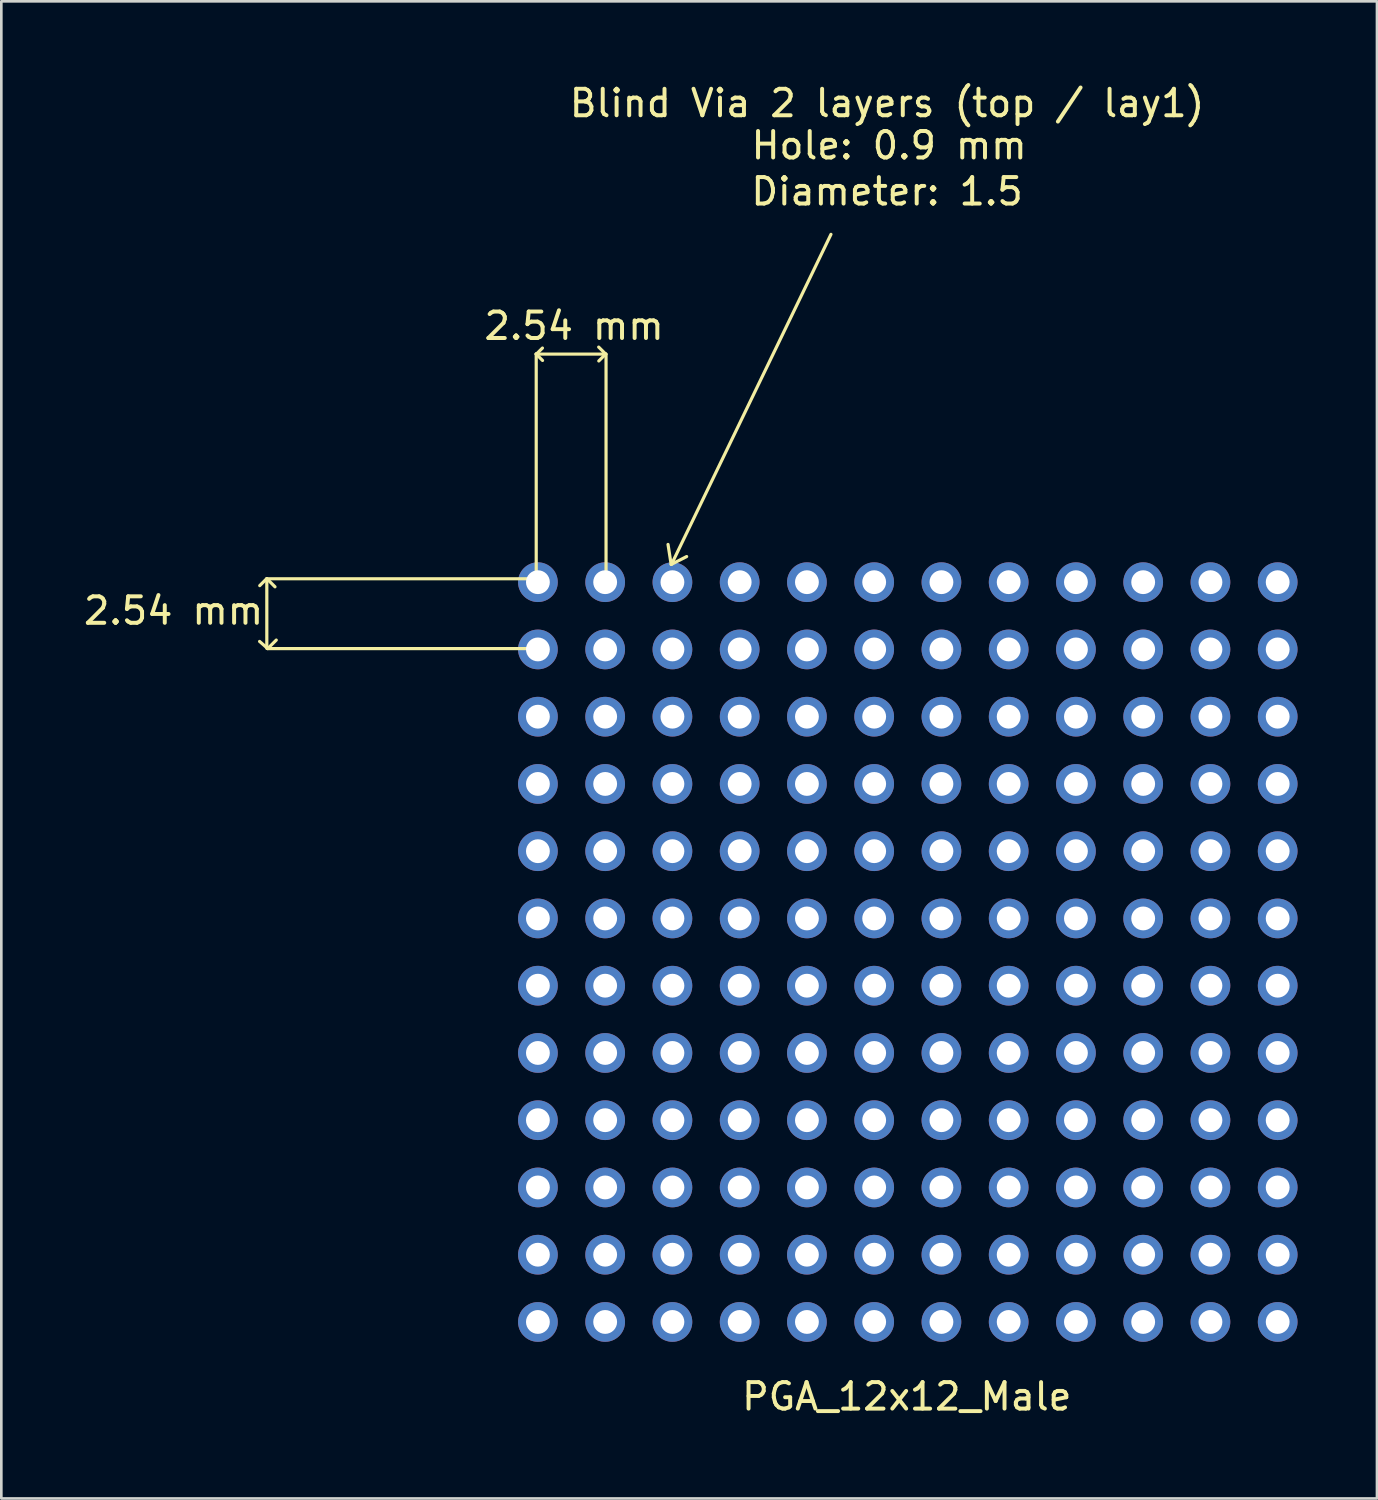
<source format=kicad_pcb>
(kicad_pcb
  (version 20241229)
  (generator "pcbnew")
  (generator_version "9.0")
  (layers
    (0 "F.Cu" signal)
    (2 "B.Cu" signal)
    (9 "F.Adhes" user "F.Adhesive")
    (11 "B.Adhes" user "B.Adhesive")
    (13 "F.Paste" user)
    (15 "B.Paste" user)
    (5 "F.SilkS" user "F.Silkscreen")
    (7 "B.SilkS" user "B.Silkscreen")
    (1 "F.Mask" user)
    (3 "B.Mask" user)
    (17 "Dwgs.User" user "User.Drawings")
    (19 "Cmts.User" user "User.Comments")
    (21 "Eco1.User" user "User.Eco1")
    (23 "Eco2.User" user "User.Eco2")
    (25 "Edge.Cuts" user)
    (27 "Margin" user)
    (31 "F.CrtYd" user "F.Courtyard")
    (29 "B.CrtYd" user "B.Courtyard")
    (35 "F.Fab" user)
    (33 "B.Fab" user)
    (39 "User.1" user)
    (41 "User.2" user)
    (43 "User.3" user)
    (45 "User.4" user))
  (footprint "PGA_12x12_Male"
    (layer "F.Cu")
    (at 17.266 18.938)
    (property "Reference" "PGA_12x12_Male" (at 13.932 30.757 0) (unlocked yes) (layer "F.SilkS") (effects (font (size 1 1) (thickness 0.15))))
    (attr smd)
    (fp_line (start -10.239 -0.137) (end -10.506 0.13) (stroke (width 0.12) (type solid)) (layer "F.SilkS"))
    (fp_line (start -10.239 2.501) (end -10.239 -0.101) (stroke (width 0.12) (type solid)) (layer "F.SilkS"))
    (fp_line (start -10.225 -0.12) (end -9.93 0.175) (stroke (width 0.12) (type solid)) (layer "F.SilkS"))
    (fp_line (start -10.22 2.493) (end -10.512 2.238) (stroke (width 0.12) (type solid)) (layer "F.SilkS"))
    (fp_line (start -10.205 2.509) (end -9.882 2.186) (stroke (width 0.12) (type solid)) (layer "F.SilkS"))
    (fp_line (start -0.072 -8.621) (end 0.175 -8.374) (stroke (width 0.12) (type solid)) (layer "F.SilkS"))
    (fp_line (start -0.064 -0.066) (end -0.064 -8.613) (stroke (width 0.12) (type solid)) (layer "F.SilkS"))
    (fp_line (start -0.06 -0.129) (end -10.249 -0.129) (stroke (width 0.12) (type solid)) (layer "F.SilkS"))
    (fp_line (start -0.058 -8.614) (end 0.171 -8.843) (stroke (width 0.12) (type solid)) (layer "F.SilkS"))
    (fp_line (start 0.098 2.508) (end -10.212 2.508) (stroke (width 0.12) (type solid)) (layer "F.SilkS"))
    (fp_line (start 2.552 -8.622) (end 2.295 -8.879) (stroke (width 0.12) (type solid)) (layer "F.SilkS"))
    (fp_line (start 2.563 -8.619) (end 2.299 -8.355) (stroke (width 0.12) (type solid)) (layer "F.SilkS"))
    (fp_line (start 2.573 -8.614) (end -0.063 -8.614) (stroke (width 0.12) (type solid)) (layer "F.SilkS"))
    (fp_line (start 2.573 -0.048) (end 2.573 -8.592) (stroke (width 0.12) (type solid)) (layer "F.SilkS"))
    (fp_line (start 4.914 -1.425) (end 5.031 -0.675) (stroke (width 0.12) (type solid)) (layer "F.SilkS"))
    (fp_line (start 5.031 -0.675) (end 5.043 -0.675) (stroke (width 0.12) (type solid)) (layer "F.SilkS"))
    (fp_line (start 5.043 -0.675) (end 5.617 -0.968) (stroke (width 0.12) (type solid)) (layer "F.SilkS"))
    (fp_line (start 5.077 -0.739) (end 11.068 -13.137) (stroke (width 0.12) (type solid)) (layer "F.SilkS"))
    (fp_text user "Blind Via 2 layers (top / lay1)" (at 13.186 -18.09 0) (unlocked yes) (layer "F.SilkS") (effects (font (size 1 1) (thickness 0.15))))
    (fp_text user "Diameter: 1.5" (at 13.187 -14.755 0) (unlocked yes) (layer "F.SilkS") (effects (font (size 1 1) (thickness 0.15))))
    (fp_text user "2.54 mm" (at -13.76 1.079 0) (unlocked yes) (layer "F.SilkS") (effects (font (size 1 1) (thickness 0.15))))
    (fp_text user "2.54 mm" (at 1.367 -9.677 0) (unlocked yes) (layer "F.SilkS") (effects (font (size 1 1) (thickness 0.15))))
    (fp_text user "Hole: 0.9 mm" (at 13.266 -16.495 0) (unlocked yes) (layer "F.SilkS") (effects (font (size 1 1) (thickness 0.15))))
    (pad "A1" thru_hole circle (at 0 0 180) (size 1.5 1.5) (drill 0.9) (layers "*.Cu" "*.Mask"))
    (pad "A2" thru_hole circle (at 2.54 0 180) (size 1.5 1.5) (drill 0.9) (layers "*.Cu" "*.Mask"))
    (pad "A3" thru_hole circle (at 5.08 0 180) (size 1.5 1.5) (drill 0.9) (layers "*.Cu" "*.Mask"))
    (pad "A4" thru_hole circle (at 7.62 0 180) (size 1.5 1.5) (drill 0.9) (layers "*.Cu" "*.Mask"))
    (pad "A5" thru_hole circle (at 10.16 0 180) (size 1.5 1.5) (drill 0.9) (layers "*.Cu" "*.Mask"))
    (pad "A6" thru_hole circle (at 12.7 0 180) (size 1.5 1.5) (drill 0.9) (layers "*.Cu" "*.Mask"))
    (pad "A7" thru_hole circle (at 15.24 0 180) (size 1.5 1.5) (drill 0.9) (layers "*.Cu" "*.Mask"))
    (pad "A8" thru_hole circle (at 17.78 0 180) (size 1.5 1.5) (drill 0.9) (layers "*.Cu" "*.Mask"))
    (pad "A9" thru_hole circle (at 20.32 0 180) (size 1.5 1.5) (drill 0.9) (layers "*.Cu" "*.Mask"))
    (pad "A10" thru_hole circle (at 22.86 0 180) (size 1.5 1.5) (drill 0.9) (layers "*.Cu" "*.Mask"))
    (pad "A11" thru_hole circle (at 25.4 0 180) (size 1.5 1.5) (drill 0.9) (layers "*.Cu" "*.Mask"))
    (pad "A12" thru_hole circle (at 27.94 0 180) (size 1.5 1.5) (drill 0.9) (layers "*.Cu" "*.Mask"))
    (pad "B1" thru_hole circle (at 0 2.54 180) (size 1.5 1.5) (drill 0.9) (layers "*.Cu" "*.Mask"))
    (pad "B2" thru_hole circle (at 2.54 2.54 180) (size 1.5 1.5) (drill 0.9) (layers "*.Cu" "*.Mask"))
    (pad "B3" thru_hole circle (at 5.08 2.54 180) (size 1.5 1.5) (drill 0.9) (layers "*.Cu" "*.Mask"))
    (pad "B4" thru_hole circle (at 7.62 2.54 180) (size 1.5 1.5) (drill 0.9) (layers "*.Cu" "*.Mask"))
    (pad "B5" thru_hole circle (at 10.16 2.54 180) (size 1.5 1.5) (drill 0.9) (layers "*.Cu" "*.Mask"))
    (pad "B6" thru_hole circle (at 12.7 2.54 180) (size 1.5 1.5) (drill 0.9) (layers "*.Cu" "*.Mask"))
    (pad "B7" thru_hole circle (at 15.24 2.54 180) (size 1.5 1.5) (drill 0.9) (layers "*.Cu" "*.Mask"))
    (pad "B8" thru_hole circle (at 17.78 2.54 180) (size 1.5 1.5) (drill 0.9) (layers "*.Cu" "*.Mask"))
    (pad "B9" thru_hole circle (at 20.32 2.54 180) (size 1.5 1.5) (drill 0.9) (layers "*.Cu" "*.Mask"))
    (pad "B10" thru_hole circle (at 22.86 2.54 180) (size 1.5 1.5) (drill 0.9) (layers "*.Cu" "*.Mask"))
    (pad "B11" thru_hole circle (at 25.4 2.54 180) (size 1.5 1.5) (drill 0.9) (layers "*.Cu" "*.Mask"))
    (pad "B12" thru_hole circle (at 27.94 2.54 180) (size 1.5 1.5) (drill 0.9) (layers "*.Cu" "*.Mask"))
    (pad "C1" thru_hole circle (at 0 5.08 180) (size 1.5 1.5) (drill 0.9) (layers "*.Cu" "*.Mask"))
    (pad "C2" thru_hole circle (at 2.54 5.08 180) (size 1.5 1.5) (drill 0.9) (layers "*.Cu" "*.Mask"))
    (pad "C3" thru_hole circle (at 5.08 5.08 180) (size 1.5 1.5) (drill 0.9) (layers "*.Cu" "*.Mask"))
    (pad "C4" thru_hole circle (at 7.62 5.08 180) (size 1.5 1.5) (drill 0.9) (layers "*.Cu" "*.Mask"))
    (pad "C5" thru_hole circle (at 10.16 5.08 180) (size 1.5 1.5) (drill 0.9) (layers "*.Cu" "*.Mask"))
    (pad "C6" thru_hole circle (at 12.7 5.08 180) (size 1.5 1.5) (drill 0.9) (layers "*.Cu" "*.Mask"))
    (pad "C7" thru_hole circle (at 15.24 5.08 180) (size 1.5 1.5) (drill 0.9) (layers "*.Cu" "*.Mask"))
    (pad "C8" thru_hole circle (at 17.78 5.08 180) (size 1.5 1.5) (drill 0.9) (layers "*.Cu" "*.Mask"))
    (pad "C9" thru_hole circle (at 20.32 5.08 180) (size 1.5 1.5) (drill 0.9) (layers "*.Cu" "*.Mask"))
    (pad "C10" thru_hole circle (at 22.86 5.08 180) (size 1.5 1.5) (drill 0.9) (layers "*.Cu" "*.Mask"))
    (pad "C11" thru_hole circle (at 25.4 5.08 180) (size 1.5 1.5) (drill 0.9) (layers "*.Cu" "*.Mask"))
    (pad "C12" thru_hole circle (at 27.94 5.08 180) (size 1.5 1.5) (drill 0.9) (layers "*.Cu" "*.Mask"))
    (pad "D1" thru_hole circle (at 0 7.62 180) (size 1.5 1.5) (drill 0.9) (layers "*.Cu" "*.Mask"))
    (pad "D2" thru_hole circle (at 2.54 7.62 180) (size 1.5 1.5) (drill 0.9) (layers "*.Cu" "*.Mask"))
    (pad "D3" thru_hole circle (at 5.08 7.62 180) (size 1.5 1.5) (drill 0.9) (layers "*.Cu" "*.Mask"))
    (pad "D4" thru_hole circle (at 7.62 7.62 180) (size 1.5 1.5) (drill 0.9) (layers "*.Cu" "*.Mask"))
    (pad "D5" thru_hole circle (at 10.16 7.62 180) (size 1.5 1.5) (drill 0.9) (layers "*.Cu" "*.Mask"))
    (pad "D6" thru_hole circle (at 12.7 7.62 180) (size 1.5 1.5) (drill 0.9) (layers "*.Cu" "*.Mask"))
    (pad "D7" thru_hole circle (at 15.24 7.62 180) (size 1.5 1.5) (drill 0.9) (layers "*.Cu" "*.Mask"))
    (pad "D8" thru_hole circle (at 17.78 7.62 180) (size 1.5 1.5) (drill 0.9) (layers "*.Cu" "*.Mask"))
    (pad "D9" thru_hole circle (at 20.32 7.62 180) (size 1.5 1.5) (drill 0.9) (layers "*.Cu" "*.Mask"))
    (pad "D10" thru_hole circle (at 22.86 7.62 180) (size 1.5 1.5) (drill 0.9) (layers "*.Cu" "*.Mask"))
    (pad "D11" thru_hole circle (at 25.4 7.62 180) (size 1.5 1.5) (drill 0.9) (layers "*.Cu" "*.Mask"))
    (pad "D12" thru_hole circle (at 27.94 7.62 180) (size 1.5 1.5) (drill 0.9) (layers "*.Cu" "*.Mask"))
    (pad "E1" thru_hole circle (at 0 10.16 180) (size 1.5 1.5) (drill 0.9) (layers "*.Cu" "*.Mask"))
    (pad "E2" thru_hole circle (at 2.54 10.16 180) (size 1.5 1.5) (drill 0.9) (layers "*.Cu" "*.Mask"))
    (pad "E3" thru_hole circle (at 5.08 10.16 180) (size 1.5 1.5) (drill 0.9) (layers "*.Cu" "*.Mask"))
    (pad "E4" thru_hole circle (at 7.62 10.16 180) (size 1.5 1.5) (drill 0.9) (layers "*.Cu" "*.Mask"))
    (pad "E5" thru_hole circle (at 10.16 10.16 180) (size 1.5 1.5) (drill 0.9) (layers "*.Cu" "*.Mask"))
    (pad "E6" thru_hole circle (at 12.7 10.16 180) (size 1.5 1.5) (drill 0.9) (layers "*.Cu" "*.Mask"))
    (pad "E7" thru_hole circle (at 15.24 10.16 180) (size 1.5 1.5) (drill 0.9) (layers "*.Cu" "*.Mask"))
    (pad "E8" thru_hole circle (at 17.78 10.16 180) (size 1.5 1.5) (drill 0.9) (layers "*.Cu" "*.Mask"))
    (pad "E9" thru_hole circle (at 20.32 10.16 180) (size 1.5 1.5) (drill 0.9) (layers "*.Cu" "*.Mask"))
    (pad "E10" thru_hole circle (at 22.86 10.16 180) (size 1.5 1.5) (drill 0.9) (layers "*.Cu" "*.Mask"))
    (pad "E11" thru_hole circle (at 25.4 10.16 180) (size 1.5 1.5) (drill 0.9) (layers "*.Cu" "*.Mask"))
    (pad "E12" thru_hole circle (at 27.94 10.16 180) (size 1.5 1.5) (drill 0.9) (layers "*.Cu" "*.Mask"))
    (pad "F1" thru_hole circle (at 0 12.7 180) (size 1.5 1.5) (drill 0.9) (layers "*.Cu" "*.Mask"))
    (pad "F2" thru_hole circle (at 2.54 12.7 180) (size 1.5 1.5) (drill 0.9) (layers "*.Cu" "*.Mask"))
    (pad "F3" thru_hole circle (at 5.08 12.7 180) (size 1.5 1.5) (drill 0.9) (layers "*.Cu" "*.Mask"))
    (pad "F4" thru_hole circle (at 7.62 12.7 180) (size 1.5 1.5) (drill 0.9) (layers "*.Cu" "*.Mask"))
    (pad "F5" thru_hole circle (at 10.16 12.7 180) (size 1.5 1.5) (drill 0.9) (layers "*.Cu" "*.Mask"))
    (pad "F6" thru_hole circle (at 12.7 12.7 180) (size 1.5 1.5) (drill 0.9) (layers "*.Cu" "*.Mask"))
    (pad "F7" thru_hole circle (at 15.24 12.7 180) (size 1.5 1.5) (drill 0.9) (layers "*.Cu" "*.Mask"))
    (pad "F8" thru_hole circle (at 17.78 12.7 180) (size 1.5 1.5) (drill 0.9) (layers "*.Cu" "*.Mask"))
    (pad "F9" thru_hole circle (at 20.32 12.7 180) (size 1.5 1.5) (drill 0.9) (layers "*.Cu" "*.Mask"))
    (pad "F10" thru_hole circle (at 22.86 12.7 180) (size 1.5 1.5) (drill 0.9) (layers "*.Cu" "*.Mask"))
    (pad "F11" thru_hole circle (at 25.4 12.7 180) (size 1.5 1.5) (drill 0.9) (layers "*.Cu" "*.Mask"))
    (pad "F12" thru_hole circle (at 27.94 12.7 180) (size 1.5 1.5) (drill 0.9) (layers "*.Cu" "*.Mask"))
    (pad "G1" thru_hole circle (at 0 15.24 180) (size 1.5 1.5) (drill 0.9) (layers "*.Cu" "*.Mask"))
    (pad "G2" thru_hole circle (at 2.54 15.24 180) (size 1.5 1.5) (drill 0.9) (layers "*.Cu" "*.Mask"))
    (pad "G3" thru_hole circle (at 5.08 15.24 180) (size 1.5 1.5) (drill 0.9) (layers "*.Cu" "*.Mask"))
    (pad "G4" thru_hole circle (at 7.62 15.24 180) (size 1.5 1.5) (drill 0.9) (layers "*.Cu" "*.Mask"))
    (pad "G5" thru_hole circle (at 10.16 15.24 180) (size 1.5 1.5) (drill 0.9) (layers "*.Cu" "*.Mask"))
    (pad "G6" thru_hole circle (at 12.7 15.24 180) (size 1.5 1.5) (drill 0.9) (layers "*.Cu" "*.Mask"))
    (pad "G7" thru_hole circle (at 15.24 15.24 180) (size 1.5 1.5) (drill 0.9) (layers "*.Cu" "*.Mask"))
    (pad "G8" thru_hole circle (at 17.78 15.24 180) (size 1.5 1.5) (drill 0.9) (layers "*.Cu" "*.Mask"))
    (pad "G9" thru_hole circle (at 20.32 15.24 180) (size 1.5 1.5) (drill 0.9) (layers "*.Cu" "*.Mask"))
    (pad "G10" thru_hole circle (at 22.86 15.24 180) (size 1.5 1.5) (drill 0.9) (layers "*.Cu" "*.Mask"))
    (pad "G11" thru_hole circle (at 25.4 15.24 180) (size 1.5 1.5) (drill 0.9) (layers "*.Cu" "*.Mask"))
    (pad "G12" thru_hole circle (at 27.94 15.24 180) (size 1.5 1.5) (drill 0.9) (layers "*.Cu" "*.Mask"))
    (pad "H1" thru_hole circle (at 0 17.78 180) (size 1.5 1.5) (drill 0.9) (layers "*.Cu" "*.Mask"))
    (pad "H2" thru_hole circle (at 2.54 17.78 180) (size 1.5 1.5) (drill 0.9) (layers "*.Cu" "*.Mask"))
    (pad "H3" thru_hole circle (at 5.08 17.78 180) (size 1.5 1.5) (drill 0.9) (layers "*.Cu" "*.Mask"))
    (pad "H4" thru_hole circle (at 7.62 17.78 180) (size 1.5 1.5) (drill 0.9) (layers "*.Cu" "*.Mask"))
    (pad "H5" thru_hole circle (at 10.16 17.78 180) (size 1.5 1.5) (drill 0.9) (layers "*.Cu" "*.Mask"))
    (pad "H6" thru_hole circle (at 12.7 17.78 180) (size 1.5 1.5) (drill 0.9) (layers "*.Cu" "*.Mask"))
    (pad "H7" thru_hole circle (at 15.24 17.78 180) (size 1.5 1.5) (drill 0.9) (layers "*.Cu" "*.Mask"))
    (pad "H8" thru_hole circle (at 17.78 17.78 180) (size 1.5 1.5) (drill 0.9) (layers "*.Cu" "*.Mask"))
    (pad "H9" thru_hole circle (at 20.32 17.78 180) (size 1.5 1.5) (drill 0.9) (layers "*.Cu" "*.Mask"))
    (pad "H10" thru_hole circle (at 22.86 17.78 180) (size 1.5 1.5) (drill 0.9) (layers "*.Cu" "*.Mask"))
    (pad "H11" thru_hole circle (at 25.4 17.78 180) (size 1.5 1.5) (drill 0.9) (layers "*.Cu" "*.Mask"))
    (pad "H12" thru_hole circle (at 27.94 17.78 180) (size 1.5 1.5) (drill 0.9) (layers "*.Cu" "*.Mask"))
    (pad "J1" thru_hole circle (at 0 20.32 180) (size 1.5 1.5) (drill 0.9) (layers "*.Cu" "*.Mask"))
    (pad "J2" thru_hole circle (at 2.54 20.32 180) (size 1.5 1.5) (drill 0.9) (layers "*.Cu" "*.Mask"))
    (pad "J3" thru_hole circle (at 5.08 20.32 180) (size 1.5 1.5) (drill 0.9) (layers "*.Cu" "*.Mask"))
    (pad "J4" thru_hole circle (at 7.62 20.32 180) (size 1.5 1.5) (drill 0.9) (layers "*.Cu" "*.Mask"))
    (pad "J5" thru_hole circle (at 10.16 20.32 180) (size 1.5 1.5) (drill 0.9) (layers "*.Cu" "*.Mask"))
    (pad "J6" thru_hole circle (at 12.7 20.32 180) (size 1.5 1.5) (drill 0.9) (layers "*.Cu" "*.Mask"))
    (pad "J7" thru_hole circle (at 15.24 20.32 180) (size 1.5 1.5) (drill 0.9) (layers "*.Cu" "*.Mask"))
    (pad "J8" thru_hole circle (at 17.78 20.32 180) (size 1.5 1.5) (drill 0.9) (layers "*.Cu" "*.Mask"))
    (pad "J9" thru_hole circle (at 20.32 20.32 180) (size 1.5 1.5) (drill 0.9) (layers "*.Cu" "*.Mask"))
    (pad "J10" thru_hole circle (at 22.86 20.32 180) (size 1.5 1.5) (drill 0.9) (layers "*.Cu" "*.Mask"))
    (pad "J11" thru_hole circle (at 25.4 20.32 180) (size 1.5 1.5) (drill 0.9) (layers "*.Cu" "*.Mask"))
    (pad "J12" thru_hole circle (at 27.94 20.32 180) (size 1.5 1.5) (drill 0.9) (layers "*.Cu" "*.Mask"))
    (pad "K1" thru_hole circle (at 0 22.86 180) (size 1.5 1.5) (drill 0.9) (layers "*.Cu" "*.Mask"))
    (pad "K2" thru_hole circle (at 2.54 22.86 180) (size 1.5 1.5) (drill 0.9) (layers "*.Cu" "*.Mask"))
    (pad "K3" thru_hole circle (at 5.08 22.86 180) (size 1.5 1.5) (drill 0.9) (layers "*.Cu" "*.Mask"))
    (pad "K4" thru_hole circle (at 7.62 22.86 180) (size 1.5 1.5) (drill 0.9) (layers "*.Cu" "*.Mask"))
    (pad "K5" thru_hole circle (at 10.16 22.86 180) (size 1.5 1.5) (drill 0.9) (layers "*.Cu" "*.Mask"))
    (pad "K6" thru_hole circle (at 12.7 22.86 180) (size 1.5 1.5) (drill 0.9) (layers "*.Cu" "*.Mask"))
    (pad "K7" thru_hole circle (at 15.24 22.86 180) (size 1.5 1.5) (drill 0.9) (layers "*.Cu" "*.Mask"))
    (pad "K8" thru_hole circle (at 17.78 22.86 180) (size 1.5 1.5) (drill 0.9) (layers "*.Cu" "*.Mask"))
    (pad "K9" thru_hole circle (at 20.32 22.86 180) (size 1.5 1.5) (drill 0.9) (layers "*.Cu" "*.Mask"))
    (pad "K10" thru_hole circle (at 22.86 22.86 180) (size 1.5 1.5) (drill 0.9) (layers "*.Cu" "*.Mask"))
    (pad "K11" thru_hole circle (at 25.4 22.86 180) (size 1.5 1.5) (drill 0.9) (layers "*.Cu" "*.Mask"))
    (pad "K12" thru_hole circle (at 27.94 22.86 180) (size 1.5 1.5) (drill 0.9) (layers "*.Cu" "*.Mask"))
    (pad "L1" thru_hole circle (at 0 25.4 180) (size 1.5 1.5) (drill 0.9) (layers "*.Cu" "*.Mask"))
    (pad "L2" thru_hole circle (at 2.54 25.4 180) (size 1.5 1.5) (drill 0.9) (layers "*.Cu" "*.Mask"))
    (pad "L3" thru_hole circle (at 5.08 25.4 180) (size 1.5 1.5) (drill 0.9) (layers "*.Cu" "*.Mask"))
    (pad "L4" thru_hole circle (at 7.62 25.4 180) (size 1.5 1.5) (drill 0.9) (layers "*.Cu" "*.Mask"))
    (pad "L5" thru_hole circle (at 10.16 25.4 180) (size 1.5 1.5) (drill 0.9) (layers "*.Cu" "*.Mask"))
    (pad "L6" thru_hole circle (at 12.7 25.4 180) (size 1.5 1.5) (drill 0.9) (layers "*.Cu" "*.Mask"))
    (pad "L7" thru_hole circle (at 15.24 25.4 180) (size 1.5 1.5) (drill 0.9) (layers "*.Cu" "*.Mask"))
    (pad "L8" thru_hole circle (at 17.78 25.4 180) (size 1.5 1.5) (drill 0.9) (layers "*.Cu" "*.Mask"))
    (pad "L9" thru_hole circle (at 20.32 25.4 180) (size 1.5 1.5) (drill 0.9) (layers "*.Cu" "*.Mask"))
    (pad "L10" thru_hole circle (at 22.86 25.4 180) (size 1.5 1.5) (drill 0.9) (layers "*.Cu" "*.Mask"))
    (pad "L11" thru_hole circle (at 25.4 25.4 180) (size 1.5 1.5) (drill 0.9) (layers "*.Cu" "*.Mask"))
    (pad "L12" thru_hole circle (at 27.94 25.4 180) (size 1.5 1.5) (drill 0.9) (layers "*.Cu" "*.Mask"))
    (pad "M1" thru_hole circle (at 0 27.94 180) (size 1.5 1.5) (drill 0.9) (layers "*.Cu" "*.Mask"))
    (pad "M2" thru_hole circle (at 2.54 27.94 180) (size 1.5 1.5) (drill 0.9) (layers "*.Cu" "*.Mask"))
    (pad "M3" thru_hole circle (at 5.08 27.94 180) (size 1.5 1.5) (drill 0.9) (layers "*.Cu" "*.Mask"))
    (pad "M4" thru_hole circle (at 7.62 27.94 180) (size 1.5 1.5) (drill 0.9) (layers "*.Cu" "*.Mask"))
    (pad "M5" thru_hole circle (at 10.16 27.94 180) (size 1.5 1.5) (drill 0.9) (layers "*.Cu" "*.Mask"))
    (pad "M6" thru_hole circle (at 12.7 27.94 180) (size 1.5 1.5) (drill 0.9) (layers "*.Cu" "*.Mask"))
    (pad "M7" thru_hole circle (at 15.24 27.94 180) (size 1.5 1.5) (drill 0.9) (layers "*.Cu" "*.Mask"))
    (pad "M8" thru_hole circle (at 17.78 27.94 180) (size 1.5 1.5) (drill 0.9) (layers "*.Cu" "*.Mask"))
    (pad "M9" thru_hole circle (at 20.32 27.94 180) (size 1.5 1.5) (drill 0.9) (layers "*.Cu" "*.Mask"))
    (pad "M10" thru_hole circle (at 22.86 27.94 180) (size 1.5 1.5) (drill 0.9) (layers "*.Cu" "*.Mask"))
    (pad "M11" thru_hole circle (at 25.4 27.94 180) (size 1.5 1.5) (drill 0.9) (layers "*.Cu" "*.Mask"))
    (pad "M12" thru_hole circle (at 27.94 27.94 180) (size 1.5 1.5) (drill 0.9) (layers "*.Cu" "*.Mask")))
  (gr_rect
    (start -3 -3)
    (end 48.956 53.544)
    (stroke (width 0.1) (type default))
    (fill no)
    (layer "Edge.Cuts")))
</source>
